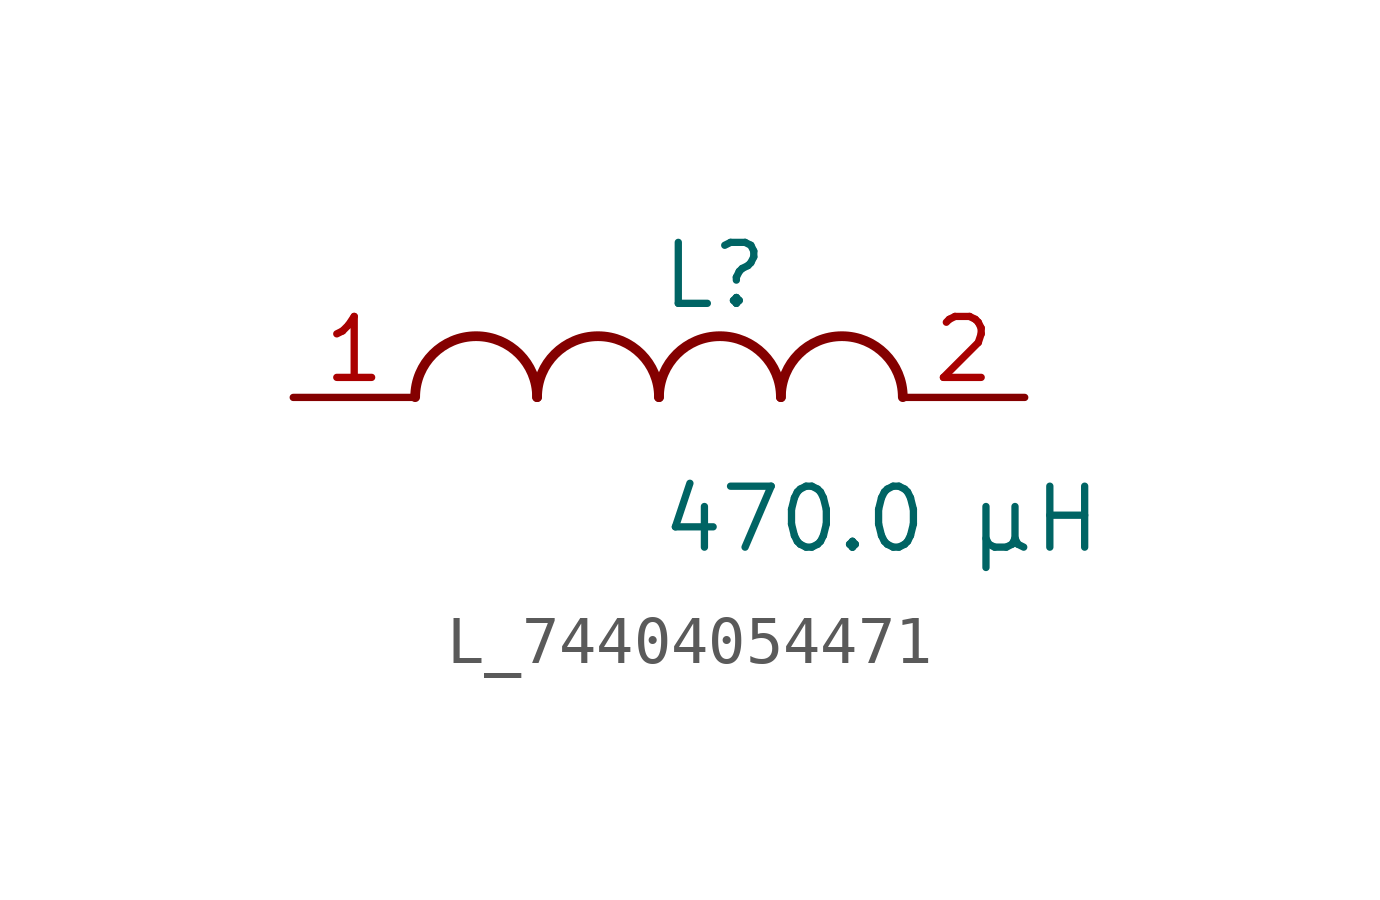
<source format=kicad_sym>
(kicad_symbol_lib
  (version 20231120)
  (generator kicad_symbol_editor)
  (generator_version 8.0)
  (symbol "L_74404054471"
    (pin_names
      (offset 0.254))
    (property "Reference" "L"
      (at 0 2.54 0)
      (effects (font (size 1.27 1.27)) (justify left)))
    (property "Value" "470.0 µH"
      (at 0 -2.54 0)
      (effects (font (size 1.27 1.27)) (justify left)))
    (symbol "L_74404054471_1_1"
      (arc (start -2.54 0.0056) (mid -3.81 1.27) (end -5.08 0.0056) (stroke (width 0.2032) (type default)) (fill (type none)))
      (arc (start 0 0.0056) (mid -1.27 1.27) (end -2.54 0.0056) (stroke (width 0.2032) (type default)) (fill (type none)))
      (arc (start 2.54 0.0056) (mid 1.27 1.27) (end 0 0.0056) (stroke (width 0.2032) (type default)) (fill (type none)))
      (arc (start 5.08 0.0056) (mid 3.81 1.27) (end 2.54 0.0056) (stroke (width 0.2032) (type default)) (fill (type none)))
      (pin unspecified line (at -7.62 0 0) (length 2.54) (name "" (effects (font (size 1.27 1.27)))) (number "1" (effects (font (size 1.27 1.27)))))
      (pin unspecified line (at 7.62 0 180) (length 2.54) (name "" (effects (font (size 1.27 1.27)))) (number "2" (effects (font (size 1.27 1.27))))))))
</source>
